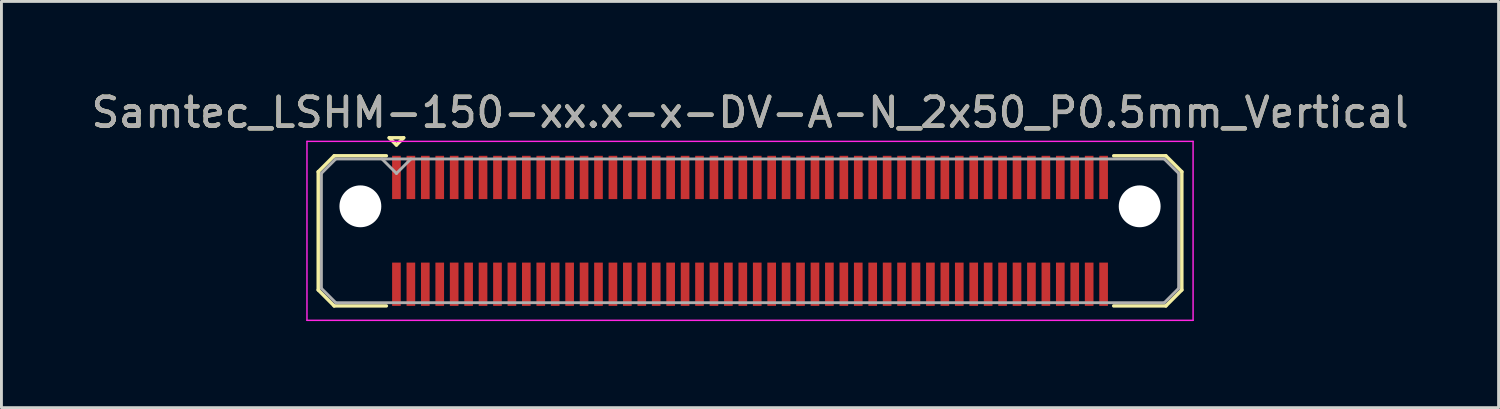
<source format=kicad_pcb>
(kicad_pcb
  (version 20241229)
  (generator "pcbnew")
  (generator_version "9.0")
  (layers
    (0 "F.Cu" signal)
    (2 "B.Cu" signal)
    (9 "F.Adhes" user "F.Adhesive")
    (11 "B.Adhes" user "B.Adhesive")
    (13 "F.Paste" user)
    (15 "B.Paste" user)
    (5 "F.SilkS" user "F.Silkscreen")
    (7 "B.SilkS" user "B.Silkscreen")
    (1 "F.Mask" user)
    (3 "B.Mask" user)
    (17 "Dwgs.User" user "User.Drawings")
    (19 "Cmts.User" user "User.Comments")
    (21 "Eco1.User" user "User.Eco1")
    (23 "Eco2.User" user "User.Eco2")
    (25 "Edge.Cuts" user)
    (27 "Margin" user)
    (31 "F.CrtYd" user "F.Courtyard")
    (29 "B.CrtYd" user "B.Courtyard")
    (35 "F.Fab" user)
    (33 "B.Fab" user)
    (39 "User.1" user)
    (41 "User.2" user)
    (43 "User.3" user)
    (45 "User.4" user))
  (footprint "Samtec_LSHM-150-xx.x-x-DV-A-N_2x50_P0.5mm_Vertical"
    (layer "F.Cu")
    (at 22.935 4.948)
    (property "Reference" "Samtec_LSHM-150-xx.x-x-DV-A-N_2x50_P0.5mm_Vertical" (at 0 -4.1 0) (layer "F.SilkS") (effects (font (size 1 1) (thickness 0.15))))
    (attr smd)
    (fp_line (start -14.96 -2.047) (end -14.96 2.047) (stroke (width 0.12) (type solid)) (layer "F.SilkS"))
    (fp_line (start -14.96 2.047) (end -14.407 2.6) (stroke (width 0.12) (type solid)) (layer "F.SilkS"))
    (fp_line (start -14.407 -2.6) (end -14.96 -2.047) (stroke (width 0.12) (type solid)) (layer "F.SilkS"))
    (fp_line (start -14.407 2.6) (end -12.6 2.6) (stroke (width 0.12) (type solid)) (layer "F.SilkS"))
    (fp_line (start -12.6 -2.6) (end -14.407 -2.6) (stroke (width 0.12) (type solid)) (layer "F.SilkS"))
    (fp_line (start -12.5 -3.225) (end -12 -3.225) (stroke (width 0.12) (type solid)) (layer "F.SilkS"))
    (fp_line (start -12.25 -2.975) (end -12.5 -3.225) (stroke (width 0.12) (type solid)) (layer "F.SilkS"))
    (fp_line (start -12 -3.225) (end -12.25 -2.975) (stroke (width 0.12) (type solid)) (layer "F.SilkS"))
    (fp_line (start 12.6 -2.6) (end 14.407 -2.6) (stroke (width 0.12) (type solid)) (layer "F.SilkS"))
    (fp_line (start 14.407 -2.6) (end 14.96 -2.047) (stroke (width 0.12) (type solid)) (layer "F.SilkS"))
    (fp_line (start 14.407 2.6) (end 12.6 2.6) (stroke (width 0.12) (type solid)) (layer "F.SilkS"))
    (fp_line (start 14.96 -2.047) (end 14.96 2.047) (stroke (width 0.12) (type solid)) (layer "F.SilkS"))
    (fp_line (start 14.96 2.047) (end 14.407 2.6) (stroke (width 0.12) (type solid)) (layer "F.SilkS"))
    (fp_line (start -15.35 -3.1) (end -15.35 3.1) (stroke (width 0.05) (type solid)) (layer "F.CrtYd"))
    (fp_line (start -15.35 3.1) (end 15.35 3.1) (stroke (width 0.05) (type solid)) (layer "F.CrtYd"))
    (fp_line (start 15.35 -3.1) (end -15.35 -3.1) (stroke (width 0.05) (type solid)) (layer "F.CrtYd"))
    (fp_line (start 15.35 3.1) (end 15.35 -3.1) (stroke (width 0.05) (type solid)) (layer "F.CrtYd"))
    (fp_line (start -14.85 -1.992) (end -14.85 1.992) (stroke (width 0.1) (type solid)) (layer "F.Fab"))
    (fp_line (start -14.85 1.992) (end -14.352 2.49) (stroke (width 0.1) (type solid)) (layer "F.Fab"))
    (fp_line (start -14.352 -2.49) (end -14.85 -1.992) (stroke (width 0.1) (type solid)) (layer "F.Fab"))
    (fp_line (start -14.352 2.49) (end 14.352 2.49) (stroke (width 0.1) (type solid)) (layer "F.Fab"))
    (fp_line (start -12.25 -1.99) (end -12.75 -2.49) (stroke (width 0.1) (type solid)) (layer "F.Fab"))
    (fp_line (start -11.75 -2.49) (end -12.25 -1.99) (stroke (width 0.1) (type solid)) (layer "F.Fab"))
    (fp_line (start 14.352 -2.49) (end -14.352 -2.49) (stroke (width 0.1) (type solid)) (layer "F.Fab"))
    (fp_line (start 14.352 2.49) (end 14.85 1.992) (stroke (width 0.1) (type solid)) (layer "F.Fab"))
    (fp_line (start 14.85 -1.992) (end 14.352 -2.49) (stroke (width 0.1) (type solid)) (layer "F.Fab"))
    (fp_line (start 14.85 1.992) (end 14.85 -1.992) (stroke (width 0.1) (type solid)) (layer "F.Fab"))
    (fp_text user "${REFERENCE}" (at 0 -4.1 0) (layer "F.Fab") (effects (font (size 1 1) (thickness 0.15))))
    (pad "" np_thru_hole circle (at -13.5 -0.85) (size 1.45 1.45) (drill 1.45) (layers "*.Cu" "*.Mask"))
    (pad "" np_thru_hole circle (at 13.5 -0.85) (size 1.45 1.45) (drill 1.45) (layers "*.Cu" "*.Mask"))
    (pad "1" smd rect (at -12.25 -1.85) (size 0.3 1.5) (layers "F.Cu" "F.Mask" "F.Paste"))
    (pad "2" smd rect (at -12.25 1.85) (size 0.3 1.5) (layers "F.Cu" "F.Mask" "F.Paste"))
    (pad "3" smd rect (at -11.75 -1.85) (size 0.3 1.5) (layers "F.Cu" "F.Mask" "F.Paste"))
    (pad "4" smd rect (at -11.75 1.85) (size 0.3 1.5) (layers "F.Cu" "F.Mask" "F.Paste"))
    (pad "5" smd rect (at -11.25 -1.85) (size 0.3 1.5) (layers "F.Cu" "F.Mask" "F.Paste"))
    (pad "6" smd rect (at -11.25 1.85) (size 0.3 1.5) (layers "F.Cu" "F.Mask" "F.Paste"))
    (pad "7" smd rect (at -10.75 -1.85) (size 0.3 1.5) (layers "F.Cu" "F.Mask" "F.Paste"))
    (pad "8" smd rect (at -10.75 1.85) (size 0.3 1.5) (layers "F.Cu" "F.Mask" "F.Paste"))
    (pad "9" smd rect (at -10.25 -1.85) (size 0.3 1.5) (layers "F.Cu" "F.Mask" "F.Paste"))
    (pad "10" smd rect (at -10.25 1.85) (size 0.3 1.5) (layers "F.Cu" "F.Mask" "F.Paste"))
    (pad "11" smd rect (at -9.75 -1.85) (size 0.3 1.5) (layers "F.Cu" "F.Mask" "F.Paste"))
    (pad "12" smd rect (at -9.75 1.85) (size 0.3 1.5) (layers "F.Cu" "F.Mask" "F.Paste"))
    (pad "13" smd rect (at -9.25 -1.85) (size 0.3 1.5) (layers "F.Cu" "F.Mask" "F.Paste"))
    (pad "14" smd rect (at -9.25 1.85) (size 0.3 1.5) (layers "F.Cu" "F.Mask" "F.Paste"))
    (pad "15" smd rect (at -8.75 -1.85) (size 0.3 1.5) (layers "F.Cu" "F.Mask" "F.Paste"))
    (pad "16" smd rect (at -8.75 1.85) (size 0.3 1.5) (layers "F.Cu" "F.Mask" "F.Paste"))
    (pad "17" smd rect (at -8.25 -1.85) (size 0.3 1.5) (layers "F.Cu" "F.Mask" "F.Paste"))
    (pad "18" smd rect (at -8.25 1.85) (size 0.3 1.5) (layers "F.Cu" "F.Mask" "F.Paste"))
    (pad "19" smd rect (at -7.75 -1.85) (size 0.3 1.5) (layers "F.Cu" "F.Mask" "F.Paste"))
    (pad "20" smd rect (at -7.75 1.85) (size 0.3 1.5) (layers "F.Cu" "F.Mask" "F.Paste"))
    (pad "21" smd rect (at -7.25 -1.85) (size 0.3 1.5) (layers "F.Cu" "F.Mask" "F.Paste"))
    (pad "22" smd rect (at -7.25 1.85) (size 0.3 1.5) (layers "F.Cu" "F.Mask" "F.Paste"))
    (pad "23" smd rect (at -6.75 -1.85) (size 0.3 1.5) (layers "F.Cu" "F.Mask" "F.Paste"))
    (pad "24" smd rect (at -6.75 1.85) (size 0.3 1.5) (layers "F.Cu" "F.Mask" "F.Paste"))
    (pad "25" smd rect (at -6.25 -1.85) (size 0.3 1.5) (layers "F.Cu" "F.Mask" "F.Paste"))
    (pad "26" smd rect (at -6.25 1.85) (size 0.3 1.5) (layers "F.Cu" "F.Mask" "F.Paste"))
    (pad "27" smd rect (at -5.75 -1.85) (size 0.3 1.5) (layers "F.Cu" "F.Mask" "F.Paste"))
    (pad "28" smd rect (at -5.75 1.85) (size 0.3 1.5) (layers "F.Cu" "F.Mask" "F.Paste"))
    (pad "29" smd rect (at -5.25 -1.85) (size 0.3 1.5) (layers "F.Cu" "F.Mask" "F.Paste"))
    (pad "30" smd rect (at -5.25 1.85) (size 0.3 1.5) (layers "F.Cu" "F.Mask" "F.Paste"))
    (pad "31" smd rect (at -4.75 -1.85) (size 0.3 1.5) (layers "F.Cu" "F.Mask" "F.Paste"))
    (pad "32" smd rect (at -4.75 1.85) (size 0.3 1.5) (layers "F.Cu" "F.Mask" "F.Paste"))
    (pad "33" smd rect (at -4.25 -1.85) (size 0.3 1.5) (layers "F.Cu" "F.Mask" "F.Paste"))
    (pad "34" smd rect (at -4.25 1.85) (size 0.3 1.5) (layers "F.Cu" "F.Mask" "F.Paste"))
    (pad "35" smd rect (at -3.75 -1.85) (size 0.3 1.5) (layers "F.Cu" "F.Mask" "F.Paste"))
    (pad "36" smd rect (at -3.75 1.85) (size 0.3 1.5) (layers "F.Cu" "F.Mask" "F.Paste"))
    (pad "37" smd rect (at -3.25 -1.85) (size 0.3 1.5) (layers "F.Cu" "F.Mask" "F.Paste"))
    (pad "38" smd rect (at -3.25 1.85) (size 0.3 1.5) (layers "F.Cu" "F.Mask" "F.Paste"))
    (pad "39" smd rect (at -2.75 -1.85) (size 0.3 1.5) (layers "F.Cu" "F.Mask" "F.Paste"))
    (pad "40" smd rect (at -2.75 1.85) (size 0.3 1.5) (layers "F.Cu" "F.Mask" "F.Paste"))
    (pad "41" smd rect (at -2.25 -1.85) (size 0.3 1.5) (layers "F.Cu" "F.Mask" "F.Paste"))
    (pad "42" smd rect (at -2.25 1.85) (size 0.3 1.5) (layers "F.Cu" "F.Mask" "F.Paste"))
    (pad "43" smd rect (at -1.75 -1.85) (size 0.3 1.5) (layers "F.Cu" "F.Mask" "F.Paste"))
    (pad "44" smd rect (at -1.75 1.85) (size 0.3 1.5) (layers "F.Cu" "F.Mask" "F.Paste"))
    (pad "45" smd rect (at -1.25 -1.85) (size 0.3 1.5) (layers "F.Cu" "F.Mask" "F.Paste"))
    (pad "46" smd rect (at -1.25 1.85) (size 0.3 1.5) (layers "F.Cu" "F.Mask" "F.Paste"))
    (pad "47" smd rect (at -0.75 -1.85) (size 0.3 1.5) (layers "F.Cu" "F.Mask" "F.Paste"))
    (pad "48" smd rect (at -0.75 1.85) (size 0.3 1.5) (layers "F.Cu" "F.Mask" "F.Paste"))
    (pad "49" smd rect (at -0.25 -1.85) (size 0.3 1.5) (layers "F.Cu" "F.Mask" "F.Paste"))
    (pad "50" smd rect (at -0.25 1.85) (size 0.3 1.5) (layers "F.Cu" "F.Mask" "F.Paste"))
    (pad "51" smd rect (at 0.25 -1.85) (size 0.3 1.5) (layers "F.Cu" "F.Mask" "F.Paste"))
    (pad "52" smd rect (at 0.25 1.85) (size 0.3 1.5) (layers "F.Cu" "F.Mask" "F.Paste"))
    (pad "53" smd rect (at 0.75 -1.85) (size 0.3 1.5) (layers "F.Cu" "F.Mask" "F.Paste"))
    (pad "54" smd rect (at 0.75 1.85) (size 0.3 1.5) (layers "F.Cu" "F.Mask" "F.Paste"))
    (pad "55" smd rect (at 1.25 -1.85) (size 0.3 1.5) (layers "F.Cu" "F.Mask" "F.Paste"))
    (pad "56" smd rect (at 1.25 1.85) (size 0.3 1.5) (layers "F.Cu" "F.Mask" "F.Paste"))
    (pad "57" smd rect (at 1.75 -1.85) (size 0.3 1.5) (layers "F.Cu" "F.Mask" "F.Paste"))
    (pad "58" smd rect (at 1.75 1.85) (size 0.3 1.5) (layers "F.Cu" "F.Mask" "F.Paste"))
    (pad "59" smd rect (at 2.25 -1.85) (size 0.3 1.5) (layers "F.Cu" "F.Mask" "F.Paste"))
    (pad "60" smd rect (at 2.25 1.85) (size 0.3 1.5) (layers "F.Cu" "F.Mask" "F.Paste"))
    (pad "61" smd rect (at 2.75 -1.85) (size 0.3 1.5) (layers "F.Cu" "F.Mask" "F.Paste"))
    (pad "62" smd rect (at 2.75 1.85) (size 0.3 1.5) (layers "F.Cu" "F.Mask" "F.Paste"))
    (pad "63" smd rect (at 3.25 -1.85) (size 0.3 1.5) (layers "F.Cu" "F.Mask" "F.Paste"))
    (pad "64" smd rect (at 3.25 1.85) (size 0.3 1.5) (layers "F.Cu" "F.Mask" "F.Paste"))
    (pad "65" smd rect (at 3.75 -1.85) (size 0.3 1.5) (layers "F.Cu" "F.Mask" "F.Paste"))
    (pad "66" smd rect (at 3.75 1.85) (size 0.3 1.5) (layers "F.Cu" "F.Mask" "F.Paste"))
    (pad "67" smd rect (at 4.25 -1.85) (size 0.3 1.5) (layers "F.Cu" "F.Mask" "F.Paste"))
    (pad "68" smd rect (at 4.25 1.85) (size 0.3 1.5) (layers "F.Cu" "F.Mask" "F.Paste"))
    (pad "69" smd rect (at 4.75 -1.85) (size 0.3 1.5) (layers "F.Cu" "F.Mask" "F.Paste"))
    (pad "70" smd rect (at 4.75 1.85) (size 0.3 1.5) (layers "F.Cu" "F.Mask" "F.Paste"))
    (pad "71" smd rect (at 5.25 -1.85) (size 0.3 1.5) (layers "F.Cu" "F.Mask" "F.Paste"))
    (pad "72" smd rect (at 5.25 1.85) (size 0.3 1.5) (layers "F.Cu" "F.Mask" "F.Paste"))
    (pad "73" smd rect (at 5.75 -1.85) (size 0.3 1.5) (layers "F.Cu" "F.Mask" "F.Paste"))
    (pad "74" smd rect (at 5.75 1.85) (size 0.3 1.5) (layers "F.Cu" "F.Mask" "F.Paste"))
    (pad "75" smd rect (at 6.25 -1.85) (size 0.3 1.5) (layers "F.Cu" "F.Mask" "F.Paste"))
    (pad "76" smd rect (at 6.25 1.85) (size 0.3 1.5) (layers "F.Cu" "F.Mask" "F.Paste"))
    (pad "77" smd rect (at 6.75 -1.85) (size 0.3 1.5) (layers "F.Cu" "F.Mask" "F.Paste"))
    (pad "78" smd rect (at 6.75 1.85) (size 0.3 1.5) (layers "F.Cu" "F.Mask" "F.Paste"))
    (pad "79" smd rect (at 7.25 -1.85) (size 0.3 1.5) (layers "F.Cu" "F.Mask" "F.Paste"))
    (pad "80" smd rect (at 7.25 1.85) (size 0.3 1.5) (layers "F.Cu" "F.Mask" "F.Paste"))
    (pad "81" smd rect (at 7.75 -1.85) (size 0.3 1.5) (layers "F.Cu" "F.Mask" "F.Paste"))
    (pad "82" smd rect (at 7.75 1.85) (size 0.3 1.5) (layers "F.Cu" "F.Mask" "F.Paste"))
    (pad "83" smd rect (at 8.25 -1.85) (size 0.3 1.5) (layers "F.Cu" "F.Mask" "F.Paste"))
    (pad "84" smd rect (at 8.25 1.85) (size 0.3 1.5) (layers "F.Cu" "F.Mask" "F.Paste"))
    (pad "85" smd rect (at 8.75 -1.85) (size 0.3 1.5) (layers "F.Cu" "F.Mask" "F.Paste"))
    (pad "86" smd rect (at 8.75 1.85) (size 0.3 1.5) (layers "F.Cu" "F.Mask" "F.Paste"))
    (pad "87" smd rect (at 9.25 -1.85) (size 0.3 1.5) (layers "F.Cu" "F.Mask" "F.Paste"))
    (pad "88" smd rect (at 9.25 1.85) (size 0.3 1.5) (layers "F.Cu" "F.Mask" "F.Paste"))
    (pad "89" smd rect (at 9.75 -1.85) (size 0.3 1.5) (layers "F.Cu" "F.Mask" "F.Paste"))
    (pad "90" smd rect (at 9.75 1.85) (size 0.3 1.5) (layers "F.Cu" "F.Mask" "F.Paste"))
    (pad "91" smd rect (at 10.25 -1.85) (size 0.3 1.5) (layers "F.Cu" "F.Mask" "F.Paste"))
    (pad "92" smd rect (at 10.25 1.85) (size 0.3 1.5) (layers "F.Cu" "F.Mask" "F.Paste"))
    (pad "93" smd rect (at 10.75 -1.85) (size 0.3 1.5) (layers "F.Cu" "F.Mask" "F.Paste"))
    (pad "94" smd rect (at 10.75 1.85) (size 0.3 1.5) (layers "F.Cu" "F.Mask" "F.Paste"))
    (pad "95" smd rect (at 11.25 -1.85) (size 0.3 1.5) (layers "F.Cu" "F.Mask" "F.Paste"))
    (pad "96" smd rect (at 11.25 1.85) (size 0.3 1.5) (layers "F.Cu" "F.Mask" "F.Paste"))
    (pad "97" smd rect (at 11.75 -1.85) (size 0.3 1.5) (layers "F.Cu" "F.Mask" "F.Paste"))
    (pad "98" smd rect (at 11.75 1.85) (size 0.3 1.5) (layers "F.Cu" "F.Mask" "F.Paste"))
    (pad "99" smd rect (at 12.25 -1.85) (size 0.3 1.5) (layers "F.Cu" "F.Mask" "F.Paste"))
    (pad "100" smd rect (at 12.25 1.85) (size 0.3 1.5) (layers "F.Cu" "F.Mask" "F.Paste")))
  (gr_rect
    (start -3 -3)
    (end 48.869 11.073)
    (stroke (width 0.1) (type default))
    (fill no)
    (layer "Edge.Cuts")))
</source>
